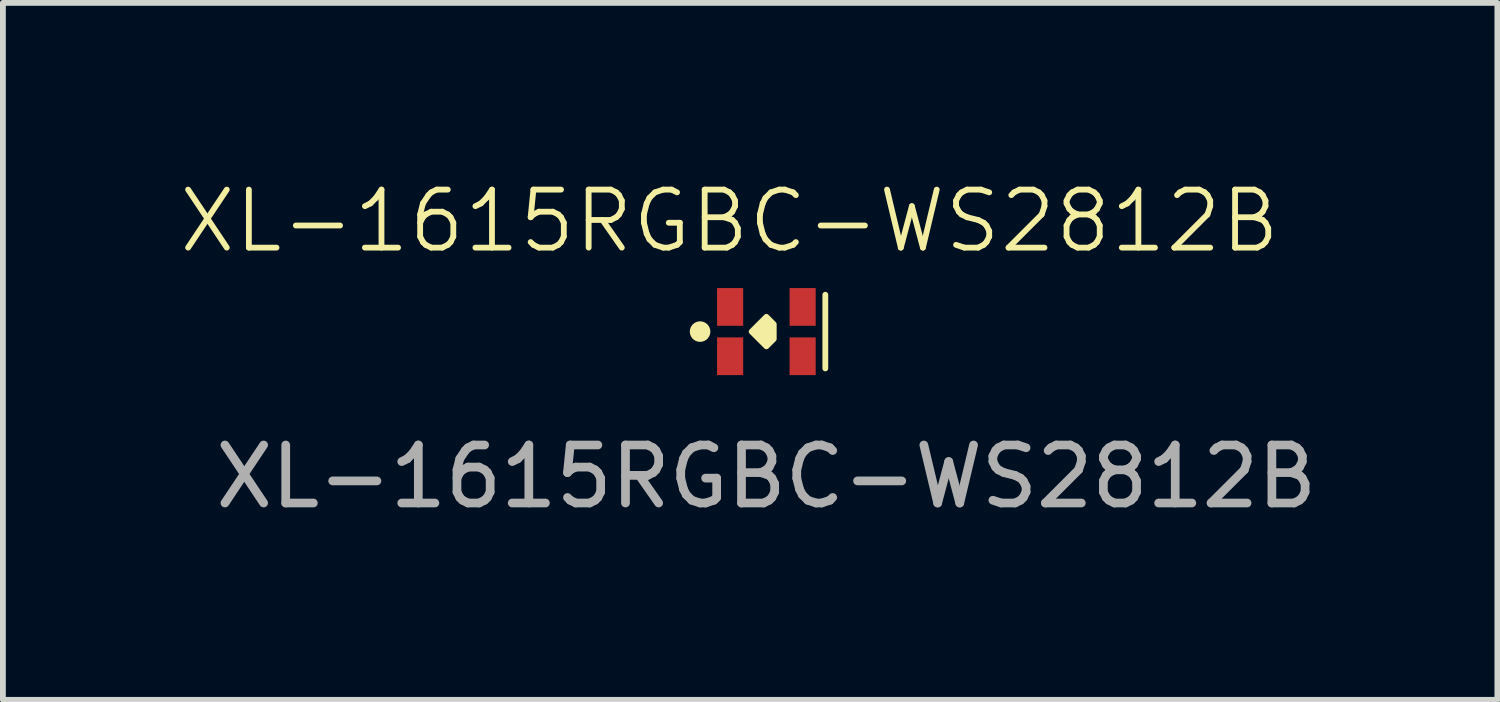
<source format=kicad_pcb>
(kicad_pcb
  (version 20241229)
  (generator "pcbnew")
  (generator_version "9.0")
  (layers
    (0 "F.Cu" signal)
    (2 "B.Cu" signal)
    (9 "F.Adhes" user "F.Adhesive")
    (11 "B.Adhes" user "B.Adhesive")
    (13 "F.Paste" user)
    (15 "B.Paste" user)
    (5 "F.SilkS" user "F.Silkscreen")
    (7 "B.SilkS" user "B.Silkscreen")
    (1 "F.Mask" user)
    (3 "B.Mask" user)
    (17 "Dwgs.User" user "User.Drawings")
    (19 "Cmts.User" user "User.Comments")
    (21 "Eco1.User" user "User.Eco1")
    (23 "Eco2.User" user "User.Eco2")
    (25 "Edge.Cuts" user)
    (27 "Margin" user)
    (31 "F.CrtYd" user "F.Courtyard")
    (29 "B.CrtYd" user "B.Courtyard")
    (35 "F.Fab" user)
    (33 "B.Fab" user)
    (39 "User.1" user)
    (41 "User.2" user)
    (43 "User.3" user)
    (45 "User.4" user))
  (footprint "XL-1615RGBC-WS2812B"
    (layer "F.Cu")
    (at 10.161 2.666)
    (property "Reference" "XL-1615RGBC-WS2812B" (at -0.635 -1.905 0) (unlocked yes) (layer "F.SilkS") (effects (font (size 1 1) (thickness 0.1))))
    (attr smd)
    (fp_line (start 1.016 -0.635) (end 1.016 0.635) (stroke (width 0.1) (type default)) (layer "F.SilkS"))
    (fp_circle (center -1.143 0) (end -1.016 0) (stroke (width 0.1) (type solid)) (fill yes) (layer "F.SilkS"))
    (fp_poly (pts (xy 0.127 0.127) (xy 0.127 -0.127) (xy 0 -0.254) (xy -0.254 0) (xy 0 0.254)) (stroke (width 0.1) (type solid)) (fill yes) (layer "F.SilkS"))
    (fp_text user "${REFERENCE}" (at 0 2.5 0) (unlocked yes) (layer "F.Fab") (effects (font (size 1 1) (thickness 0.15))))
    (pad "1" smd rect (at -0.625 -0.425) (size 0.45 0.65) (layers "F.Cu" "F.Mask" "F.Paste"))
    (pad "2" smd rect (at 0.625 -0.425) (size 0.45 0.65) (layers "F.Cu" "F.Mask" "F.Paste"))
    (pad "3" smd rect (at -0.625 0.425) (size 0.45 0.65) (layers "F.Cu" "F.Mask" "F.Paste"))
    (pad "4" smd rect (at 0.625 0.425) (size 0.45 0.65) (layers "F.Cu" "F.Mask" "F.Paste")))
  (gr_rect
    (start -3 -3)
    (end 22.762 9.014)
    (stroke (width 0.1) (type default))
    (fill no)
    (layer "Edge.Cuts")))
</source>
